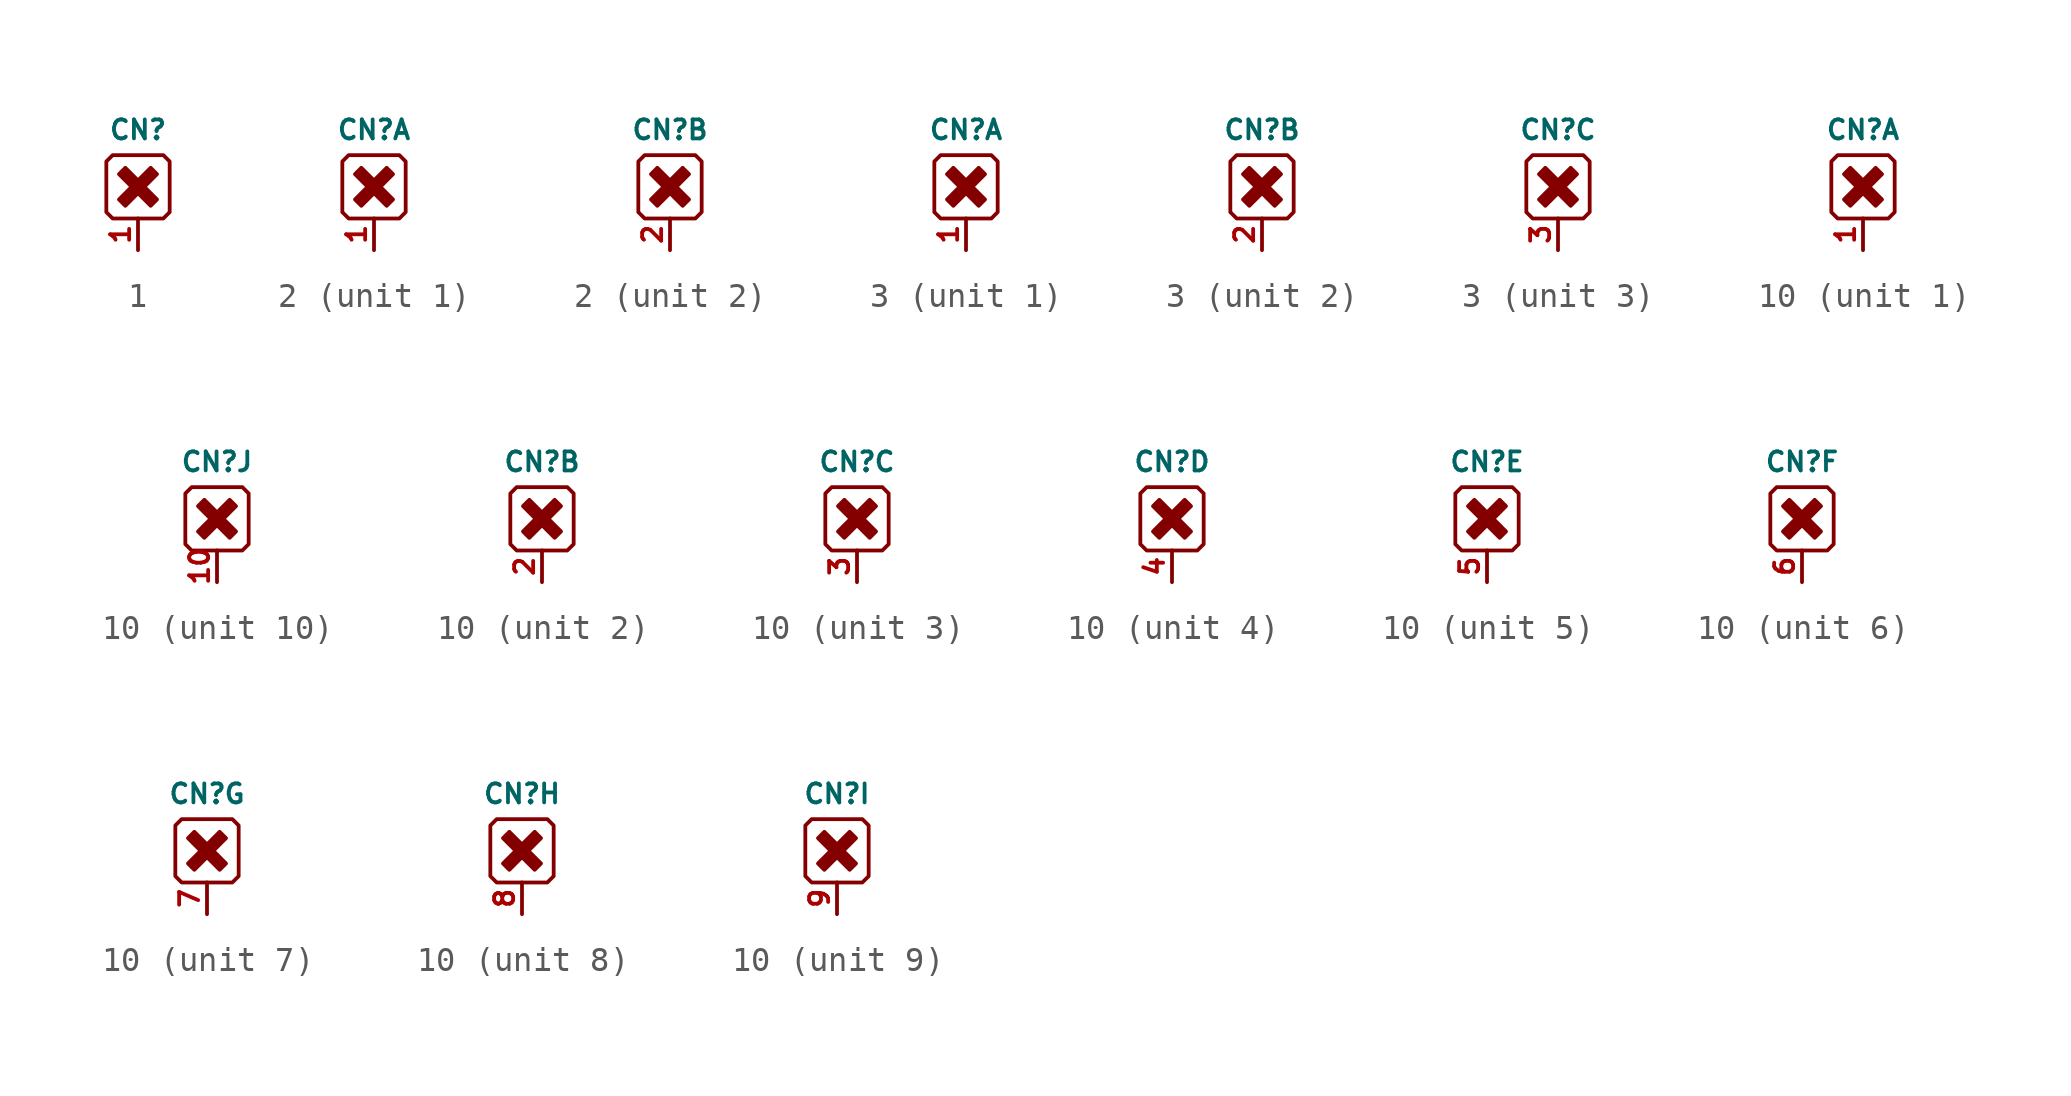
<source format=kicad_sym>
(kicad_symbol_lib
  (version 20220914)
  (generator kicad_symbol_editor)
  (symbol "1"
    (pin_names
      (offset 0) hide)
    (property "Reference" "CN"
      (at 0 4.826 0)
      (effects (font (size 0.762 0.762))))
    (symbol "1_0_1"
      (polyline (pts (xy 0 1.27) (xy -1.016 1.27) (xy -1.27 1.524) (xy -1.27 3.556) (xy -1.016 3.81) (xy 1.016 3.81) (xy 1.27 3.556) (xy 1.27 1.524) (xy 1.016 1.27) (xy 0 1.27)) (stroke (width 0) (type solid)) (fill (type none)))
      (polyline (pts (xy -0.508 1.778) (xy -0.762 2.032) (xy -0.254 2.54) (xy -0.762 3.048) (xy -0.508 3.302) (xy 0 2.794) (xy 0.508 3.302) (xy 0.762 3.048) (xy 0.254 2.54) (xy 0.762 2.032) (xy 0.508 1.778) (xy 0 2.286) (xy -0.508 1.778)) (stroke (width 0) (type solid)) (fill (type outline))))
    (symbol "1_1_1"
      (pin passive line (at 0 0 90) (length 1.27) (name "CN" (effects (font (size 0.762 0.762)))) (number "1" (effects (font (size 0.762 0.762)))))))
  (symbol "2"
    (pin_names
      (offset 0) hide)
    (property "Reference" "CN"
      (at 0 4.826 0)
      (effects (font (size 0.762 0.762))))
    (symbol "2_0_1"
      (polyline (pts (xy 0 1.27) (xy -1.016 1.27) (xy -1.27 1.524) (xy -1.27 3.556) (xy -1.016 3.81) (xy 1.016 3.81) (xy 1.27 3.556) (xy 1.27 1.524) (xy 1.016 1.27) (xy 0 1.27)) (stroke (width 0) (type solid)) (fill (type none)))
      (polyline (pts (xy -0.508 1.778) (xy -0.762 2.032) (xy -0.254 2.54) (xy -0.762 3.048) (xy -0.508 3.302) (xy 0 2.794) (xy 0.508 3.302) (xy 0.762 3.048) (xy 0.254 2.54) (xy 0.762 2.032) (xy 0.508 1.778) (xy 0 2.286) (xy -0.508 1.778)) (stroke (width 0) (type solid)) (fill (type outline))))
    (symbol "2_1_1"
      (pin passive line (at 0 0 90) (length 1.27) (name "CN" (effects (font (size 0.762 0.762)))) (number "1" (effects (font (size 0.762 0.762))))))
    (symbol "2_2_1"
      (pin passive line (at 0 0 90) (length 1.27) (name "CN" (effects (font (size 0.762 0.762)))) (number "2" (effects (font (size 0.762 0.762)))))))
  (symbol "3"
    (pin_names
      (offset 0) hide)
    (property "Reference" "CN"
      (at 0 4.826 0)
      (effects (font (size 0.762 0.762))))
    (symbol "3_0_1"
      (polyline (pts (xy 0 1.27) (xy -1.016 1.27) (xy -1.27 1.524) (xy -1.27 3.556) (xy -1.016 3.81) (xy 1.016 3.81) (xy 1.27 3.556) (xy 1.27 1.524) (xy 1.016 1.27) (xy 0 1.27)) (stroke (width 0) (type solid)) (fill (type none)))
      (polyline (pts (xy -0.508 1.778) (xy -0.762 2.032) (xy -0.254 2.54) (xy -0.762 3.048) (xy -0.508 3.302) (xy 0 2.794) (xy 0.508 3.302) (xy 0.762 3.048) (xy 0.254 2.54) (xy 0.762 2.032) (xy 0.508 1.778) (xy 0 2.286) (xy -0.508 1.778)) (stroke (width 0) (type solid)) (fill (type outline))))
    (symbol "3_1_1"
      (pin passive line (at 0 0 90) (length 1.27) (name "CN" (effects (font (size 0.762 0.762)))) (number "1" (effects (font (size 0.762 0.762))))))
    (symbol "3_2_1"
      (pin passive line (at 0 0 90) (length 1.27) (name "CN" (effects (font (size 0.762 0.762)))) (number "2" (effects (font (size 0.762 0.762))))))
    (symbol "3_3_1"
      (pin passive line (at 0 0 90) (length 1.27) (name "CN" (effects (font (size 0.762 0.762)))) (number "3" (effects (font (size 0.762 0.762)))))))
  (symbol "10"
    (pin_names
      (offset 0) hide)
    (property "Reference" "CN"
      (at 0 4.826 0)
      (effects (font (size 0.762 0.762))))
    (symbol "10_0_1"
      (polyline (pts (xy 0 1.27) (xy -1.016 1.27) (xy -1.27 1.524) (xy -1.27 3.556) (xy -1.016 3.81) (xy 1.016 3.81) (xy 1.27 3.556) (xy 1.27 1.524) (xy 1.016 1.27) (xy 0 1.27)) (stroke (width 0) (type solid)) (fill (type none)))
      (polyline (pts (xy -0.508 1.778) (xy -0.762 2.032) (xy -0.254 2.54) (xy -0.762 3.048) (xy -0.508 3.302) (xy 0 2.794) (xy 0.508 3.302) (xy 0.762 3.048) (xy 0.254 2.54) (xy 0.762 2.032) (xy 0.508 1.778) (xy 0 2.286) (xy -0.508 1.778)) (stroke (width 0) (type solid)) (fill (type outline))))
    (symbol "10_1_1"
      (pin passive line (at 0 0 90) (length 1.27) (name "CN" (effects (font (size 0.762 0.762)))) (number "1" (effects (font (size 0.762 0.762))))))
    (symbol "10_2_1"
      (pin passive line (at 0 0 90) (length 1.27) (name "CN" (effects (font (size 0.762 0.762)))) (number "2" (effects (font (size 0.762 0.762))))))
    (symbol "10_3_1"
      (pin passive line (at 0 0 90) (length 1.27) (name "CN" (effects (font (size 0.762 0.762)))) (number "3" (effects (font (size 0.762 0.762))))))
    (symbol "10_4_1"
      (pin passive line (at 0 0 90) (length 1.27) (name "CN" (effects (font (size 0.762 0.762)))) (number "4" (effects (font (size 0.762 0.762))))))
    (symbol "10_5_1"
      (pin passive line (at 0 0 90) (length 1.27) (name "CN" (effects (font (size 0.762 0.762)))) (number "5" (effects (font (size 0.762 0.762))))))
    (symbol "10_6_1"
      (pin passive line (at 0 0 90) (length 1.27) (name "CN" (effects (font (size 0.762 0.762)))) (number "6" (effects (font (size 0.762 0.762))))))
    (symbol "10_7_1"
      (pin passive line (at 0 0 90) (length 1.27) (name "CN" (effects (font (size 0.762 0.762)))) (number "7" (effects (font (size 0.762 0.762))))))
    (symbol "10_8_1"
      (pin passive line (at 0 0 90) (length 1.27) (name "CN" (effects (font (size 0.762 0.762)))) (number "8" (effects (font (size 0.762 0.762))))))
    (symbol "10_9_1"
      (pin passive line (at 0 0 90) (length 1.27) (name "CN" (effects (font (size 0.762 0.762)))) (number "9" (effects (font (size 0.762 0.762))))))
    (symbol "10_10_1"
      (pin passive line (at 0 0 90) (length 1.27) (name "CN" (effects (font (size 0.762 0.762)))) (number "10" (effects (font (size 0.762 0.762))))))))
</source>
